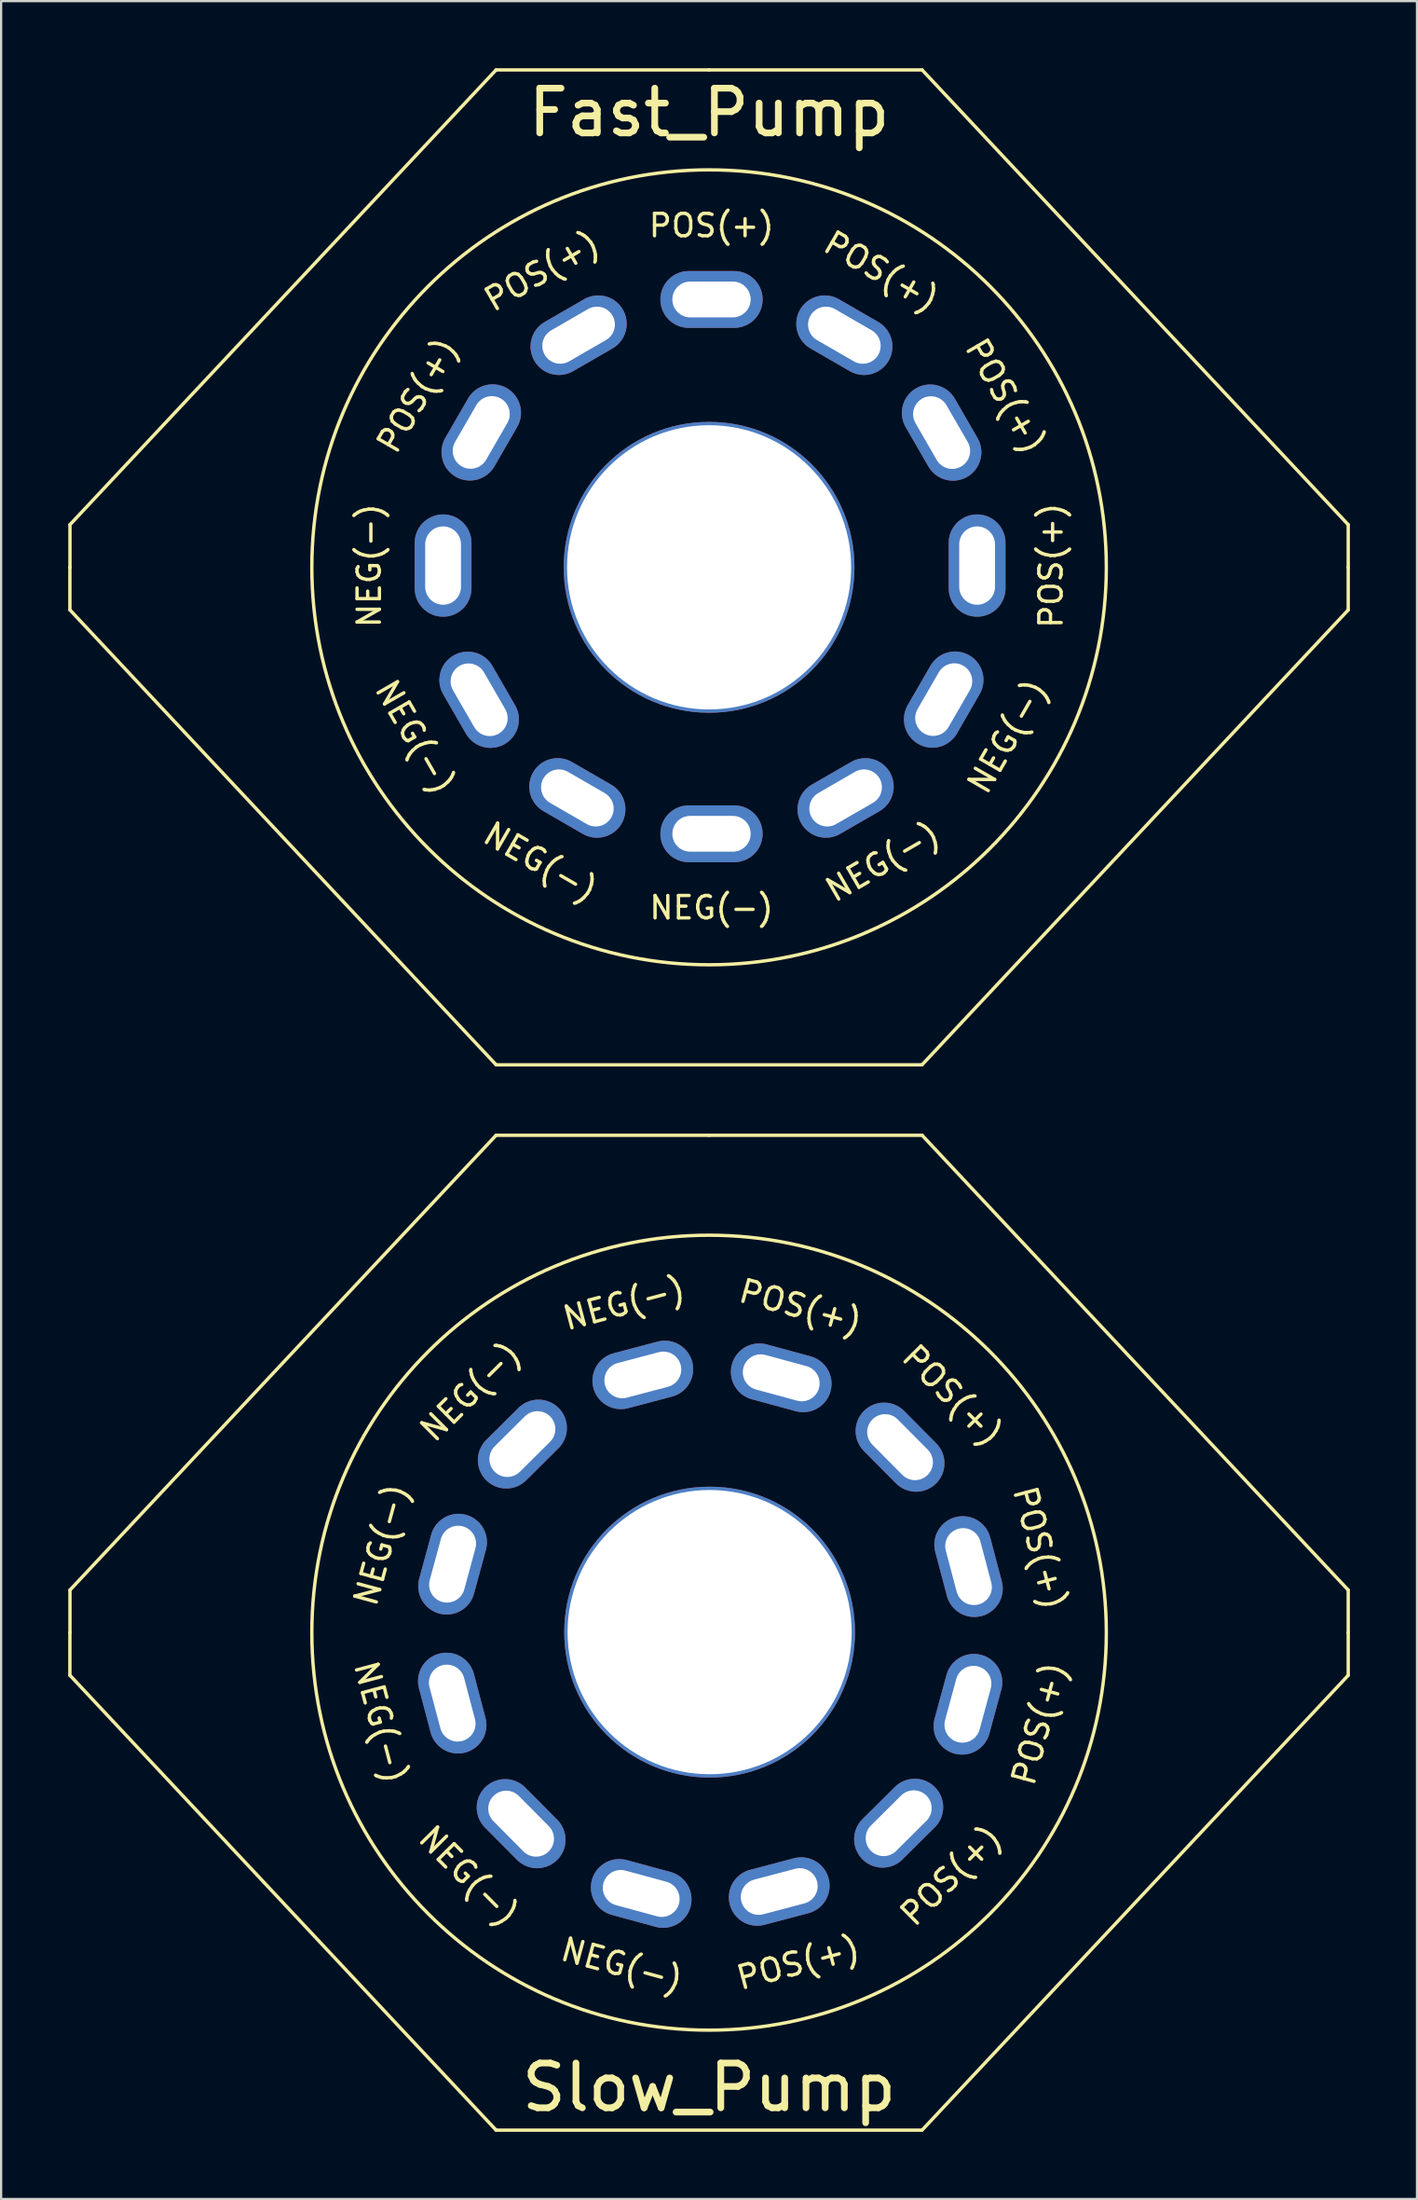
<source format=kicad_pcb>
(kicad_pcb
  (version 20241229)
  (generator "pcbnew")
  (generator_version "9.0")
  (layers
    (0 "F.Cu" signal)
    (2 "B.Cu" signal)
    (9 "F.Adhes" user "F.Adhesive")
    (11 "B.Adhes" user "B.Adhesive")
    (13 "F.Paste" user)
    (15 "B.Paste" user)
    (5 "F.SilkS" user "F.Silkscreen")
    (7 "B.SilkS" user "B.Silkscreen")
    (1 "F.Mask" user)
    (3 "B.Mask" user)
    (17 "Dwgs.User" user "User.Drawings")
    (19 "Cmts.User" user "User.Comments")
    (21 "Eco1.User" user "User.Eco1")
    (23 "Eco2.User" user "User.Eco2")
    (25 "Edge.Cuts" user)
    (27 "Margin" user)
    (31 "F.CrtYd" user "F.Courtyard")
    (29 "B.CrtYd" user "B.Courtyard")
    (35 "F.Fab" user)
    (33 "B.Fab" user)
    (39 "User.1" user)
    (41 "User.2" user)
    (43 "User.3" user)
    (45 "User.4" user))
  (footprint "Slow_Pump"
    (layer "F.Cu")
    (at 28.653 69.905)
    (property "Reference" "Slow_Pump" (at 0 20.32 0) (unlocked yes) (layer "F.SilkS") (effects (font (size 2 2) (thickness 0.3))))
    (attr through_hole)
    (fp_line (start -28.578 -0.003) (end -28.578 1.902) (stroke (width 0.15) (type solid)) (layer "F.SilkS"))
    (fp_line (start -28.578 1.902) (end -9.528 22.222) (stroke (width 0.15) (type solid)) (layer "F.SilkS"))
    (fp_line (start -28.575 -1.905) (end -9.525 -22.225) (stroke (width 0.15) (type solid)) (layer "F.SilkS"))
    (fp_line (start -28.575 0) (end -28.575 -1.905) (stroke (width 0.15) (type solid)) (layer "F.SilkS"))
    (fp_line (start -9.525 -22.225) (end 0 -22.225) (stroke (width 0.15) (type solid)) (layer "F.SilkS"))
    (fp_line (start -9.525 22.23) (end 9.51 22.23) (stroke (width 0.15) (type solid)) (layer "F.SilkS"))
    (fp_line (start 0 -22.225) (end 9.525 -22.225) (stroke (width 0.15) (type solid)) (layer "F.SilkS"))
    (fp_line (start 28.575 -1.905) (end 9.525 -22.225) (stroke (width 0.15) (type solid)) (layer "F.SilkS"))
    (fp_line (start 28.575 0) (end 28.575 -1.905) (stroke (width 0.15) (type solid)) (layer "F.SilkS"))
    (fp_line (start 28.575 0) (end 28.575 1.905) (stroke (width 0.15) (type solid)) (layer "F.SilkS"))
    (fp_line (start 28.575 1.905) (end 9.525 22.225) (stroke (width 0.15) (type solid)) (layer "F.SilkS"))
    (fp_circle (center 0 0) (end 11.37 -13.644) (stroke (width 0.15) (type solid)) (fill no) (layer "F.SilkS"))
    (fp_text user "POS(+)" (at 3.98 14.758 194.8) (layer "F.SilkS") (effects (font (size 1 1) (thickness 0.15))))
    (fp_text user "NEG(-)" (at -3.901 14.839 344.8) (layer "F.SilkS") (effects (font (size 1 1) (thickness 0.15))))
    (fp_text user "POS(+)" (at 14.792 -3.796 284.8) (layer "F.SilkS") (effects (font (size 1 1) (thickness 0.15))))
    (fp_text user "NEG(-)" (at -14.654 -3.928 254.8) (layer "F.SilkS") (effects (font (size 1 1) (thickness 0.15))))
    (fp_text user "NEG(-)" (at -3.806 -14.711 194.8) (layer "F.SilkS") (effects (font (size 1 1) (thickness 0.15))))
    (fp_text user "POS(+)" (at 14.759 4.063 254.8) (layer "F.SilkS") (effects (font (size 1 1) (thickness 0.15))))
    (fp_text user "POS(+)" (at 10.803 10.856 224.8) (layer "F.SilkS") (effects (font (size 1 1) (thickness 0.15))))
    (fp_text user "NEG(-)" (at -10.675 -10.771 224.8) (layer "F.SilkS") (effects (font (size 1 1) (thickness 0.15))))
    (fp_text user "NEG(-)" (at -14.677 3.99 284.8) (layer "F.SilkS") (effects (font (size 1 1) (thickness 0.15))))
    (fp_text user "POS(+)" (at 4.09 -14.575 344.8) (layer "F.SilkS") (effects (font (size 1 1) (thickness 0.15))))
    (fp_text user "NEG(-)" (at -10.747 10.86 314.8) (layer "F.SilkS") (effects (font (size 1 1) (thickness 0.15))))
    (fp_text user "POS(+)" (at 10.881 -10.617 314.8) (layer "F.SilkS") (effects (font (size 1 1) (thickness 0.15))))
    (pad "" np_thru_hole circle (at 0.024 -0.025 179.8) (size 13 13) (drill 12.7) (layers "*.Cu" "*.Mask"))
    (pad "1" thru_hole oval (at 3.136 11.566 284.8) (size 2.54 4.572) (drill oval 1.6 3.5) (layers "*.Cu" "*.Mask"))
    (pad "1" thru_hole oval (at 3.225 -11.389 74.8) (size 2.54 4.572) (drill oval 1.6 3.5) (layers "*.Cu" "*.Mask"))
    (pad "1" thru_hole oval (at 8.476 8.513 314.8) (size 2.54 4.572) (drill oval 1.6 3.5) (layers "*.Cu" "*.Mask"))
    (pad "1" thru_hole oval (at 8.538 -8.29 44.8) (size 2.54 4.572) (drill oval 1.6 3.5) (layers "*.Cu" "*.Mask"))
    (pad "1" thru_hole oval (at 11.573 3.198 344.8) (size 2.54 4.572) (drill oval 1.6 3.5) (layers "*.Cu" "*.Mask"))
    (pad "1" thru_hole oval (at 11.6 -2.953 14.8) (size 2.54 4.572) (drill oval 1.6 3.5) (layers "*.Cu" "*.Mask"))
    (pad "2" thru_hole oval (at -11.484 3.146 14.8) (size 2.54 4.572) (drill oval 1.6 3.5) (layers "*.Cu" "*.Mask"))
    (pad "2" thru_hole oval (at -11.468 -3.062 344.8) (size 2.54 4.572) (drill oval 1.6 3.5) (layers "*.Cu" "*.Mask"))
    (pad "2" thru_hole oval (at -8.404 8.534 44.8) (size 2.54 4.572) (drill oval 1.6 3.5) (layers "*.Cu" "*.Mask"))
    (pad "2" thru_hole oval (at -8.348 -8.428 314.8) (size 2.54 4.572) (drill oval 1.6 3.5) (layers "*.Cu" "*.Mask"))
    (pad "2" thru_hole oval (at -3.035 11.652 74.8) (size 2.54 4.572) (drill oval 1.6 3.5) (layers "*.Cu" "*.Mask"))
    (pad "2" thru_hole oval (at -2.963 -11.518 284.8) (size 2.54 4.572) (drill oval 1.6 3.5) (layers "*.Cu" "*.Mask")))
  (footprint "Fast_Pump"
    (layer "F.Cu")
    (at 28.653 22.3)
    (property "Reference" "Fast_Pump" (at 0 -20.32 0) (unlocked yes) (layer "F.SilkS") (effects (font (size 2 2) (thickness 0.3))))
    (attr through_hole)
    (fp_line (start -28.578 -0.003) (end -28.578 1.902) (stroke (width 0.15) (type solid)) (layer "F.SilkS"))
    (fp_line (start -28.578 1.902) (end -9.528 22.222) (stroke (width 0.15) (type solid)) (layer "F.SilkS"))
    (fp_line (start -28.575 -1.905) (end -9.525 -22.225) (stroke (width 0.15) (type solid)) (layer "F.SilkS"))
    (fp_line (start -28.575 0) (end -28.575 -1.905) (stroke (width 0.15) (type solid)) (layer "F.SilkS"))
    (fp_line (start -9.525 -22.225) (end 0 -22.225) (stroke (width 0.15) (type solid)) (layer "F.SilkS"))
    (fp_line (start -9.525 22.23) (end 9.51 22.23) (stroke (width 0.15) (type solid)) (layer "F.SilkS"))
    (fp_line (start 0 -22.225) (end 9.525 -22.225) (stroke (width 0.15) (type solid)) (layer "F.SilkS"))
    (fp_line (start 28.575 -1.905) (end 9.525 -22.225) (stroke (width 0.15) (type solid)) (layer "F.SilkS"))
    (fp_line (start 28.575 0) (end 28.575 -1.905) (stroke (width 0.15) (type solid)) (layer "F.SilkS"))
    (fp_line (start 28.575 0) (end 28.575 1.905) (stroke (width 0.15) (type solid)) (layer "F.SilkS"))
    (fp_line (start 28.575 1.905) (end 9.525 22.225) (stroke (width 0.15) (type solid)) (layer "F.SilkS"))
    (fp_circle (center 0 0) (end -10.287 -14.478) (stroke (width 0.15) (type solid)) (fill no) (layer "F.SilkS"))
    (fp_text user "POS(+)" (at -7.485 -13.232 30) (layer "F.SilkS") (effects (font (size 1 1) (thickness 0.15))))
    (fp_text user "NEG(-)" (at -13.141 7.569 300) (layer "F.SilkS") (effects (font (size 1 1) (thickness 0.15))))
    (fp_text user "NEG(-)" (at 13.35 7.562 60) (layer "F.SilkS") (effects (font (size 1 1) (thickness 0.15))))
    (fp_text user "NEG(-)" (at 0.108 15.209 0) (layer "F.SilkS") (effects (font (size 1 1) (thickness 0.15))))
    (fp_text user "NEG(-)" (at 7.755 13.165 30) (layer "F.SilkS") (effects (font (size 1 1) (thickness 0.15))))
    (fp_text user "NEG(-)" (at -7.541 13.165 330) (layer "F.SilkS") (effects (font (size 1 1) (thickness 0.15))))
    (fp_text user "POS(+)" (at 13.256 -7.671 300) (layer "F.SilkS") (effects (font (size 1 1) (thickness 0.15))))
    (fp_text user "NEG(-)" (at -15.195 -0.078 270) (layer "F.SilkS") (effects (font (size 1 1) (thickness 0.15))))
    (fp_text user "POS(+)" (at 7.699 -13.232 330) (layer "F.SilkS") (effects (font (size 1 1) (thickness 0.15))))
    (fp_text user "POS(+)" (at 0.108 -15.271 0) (layer "F.SilkS") (effects (font (size 1 1) (thickness 0.15))))
    (fp_text user "POS(+)" (at 15.285 -0.078 270) (layer "F.SilkS") (effects (font (size 1 1) (thickness 0.15))))
    (fp_text user "POS(+)" (at -13.047 -7.678 60) (layer "F.SilkS") (effects (font (size 1 1) (thickness 0.15))))
    (pad "" np_thru_hole circle (at 0 0 255) (size 13 13) (drill 12.7) (layers "*.Cu" "*.Mask"))
    (pad "1" thru_hole oval (at -10.187 -6.027 150) (size 2.54 4.572) (drill oval 1.6 3.5) (layers "*.Cu" "*.Mask"))
    (pad "1" thru_hole oval (at -5.834 -10.372 120) (size 2.54 4.572) (drill oval 1.6 3.5) (layers "*.Cu" "*.Mask"))
    (pad "1" thru_hole oval (at 0.108 -11.969 90) (size 2.54 4.572) (drill oval 1.6 3.5) (layers "*.Cu" "*.Mask"))
    (pad "1" thru_hole oval (at 6.048 -10.372 60) (size 2.54 4.572) (drill oval 1.6 3.5) (layers "*.Cu" "*.Mask"))
    (pad "1" thru_hole oval (at 10.396 -6.02 30) (size 2.54 4.572) (drill oval 1.6 3.5) (layers "*.Cu" "*.Mask"))
    (pad "1" thru_hole oval (at 11.983 -0.078) (size 2.54 4.572) (drill oval 1.6 3.5) (layers "*.Cu" "*.Mask"))
    (pad "2" thru_hole oval (at -11.893 -0.078) (size 2.54 4.572) (drill oval 1.6 3.5) (layers "*.Cu" "*.Mask"))
    (pad "2" thru_hole oval (at -10.281 5.918 30) (size 2.54 4.572) (drill oval 1.6 3.5) (layers "*.Cu" "*.Mask"))
    (pad "2" thru_hole oval (at -5.89 10.305 60) (size 2.54 4.572) (drill oval 1.6 3.5) (layers "*.Cu" "*.Mask"))
    (pad "2" thru_hole oval (at 0.108 11.907 90) (size 2.54 4.572) (drill oval 1.6 3.5) (layers "*.Cu" "*.Mask"))
    (pad "2" thru_hole oval (at 6.104 10.305 120) (size 2.54 4.572) (drill oval 1.6 3.5) (layers "*.Cu" "*.Mask"))
    (pad "2" thru_hole oval (at 10.49 5.911 150) (size 2.54 4.572) (drill oval 1.6 3.5) (layers "*.Cu" "*.Mask")))
  (gr_rect
    (start -3 -3)
    (end 60.303 95.21)
    (stroke (width 0.1) (type default))
    (fill no)
    (layer "Edge.Cuts")))
</source>
